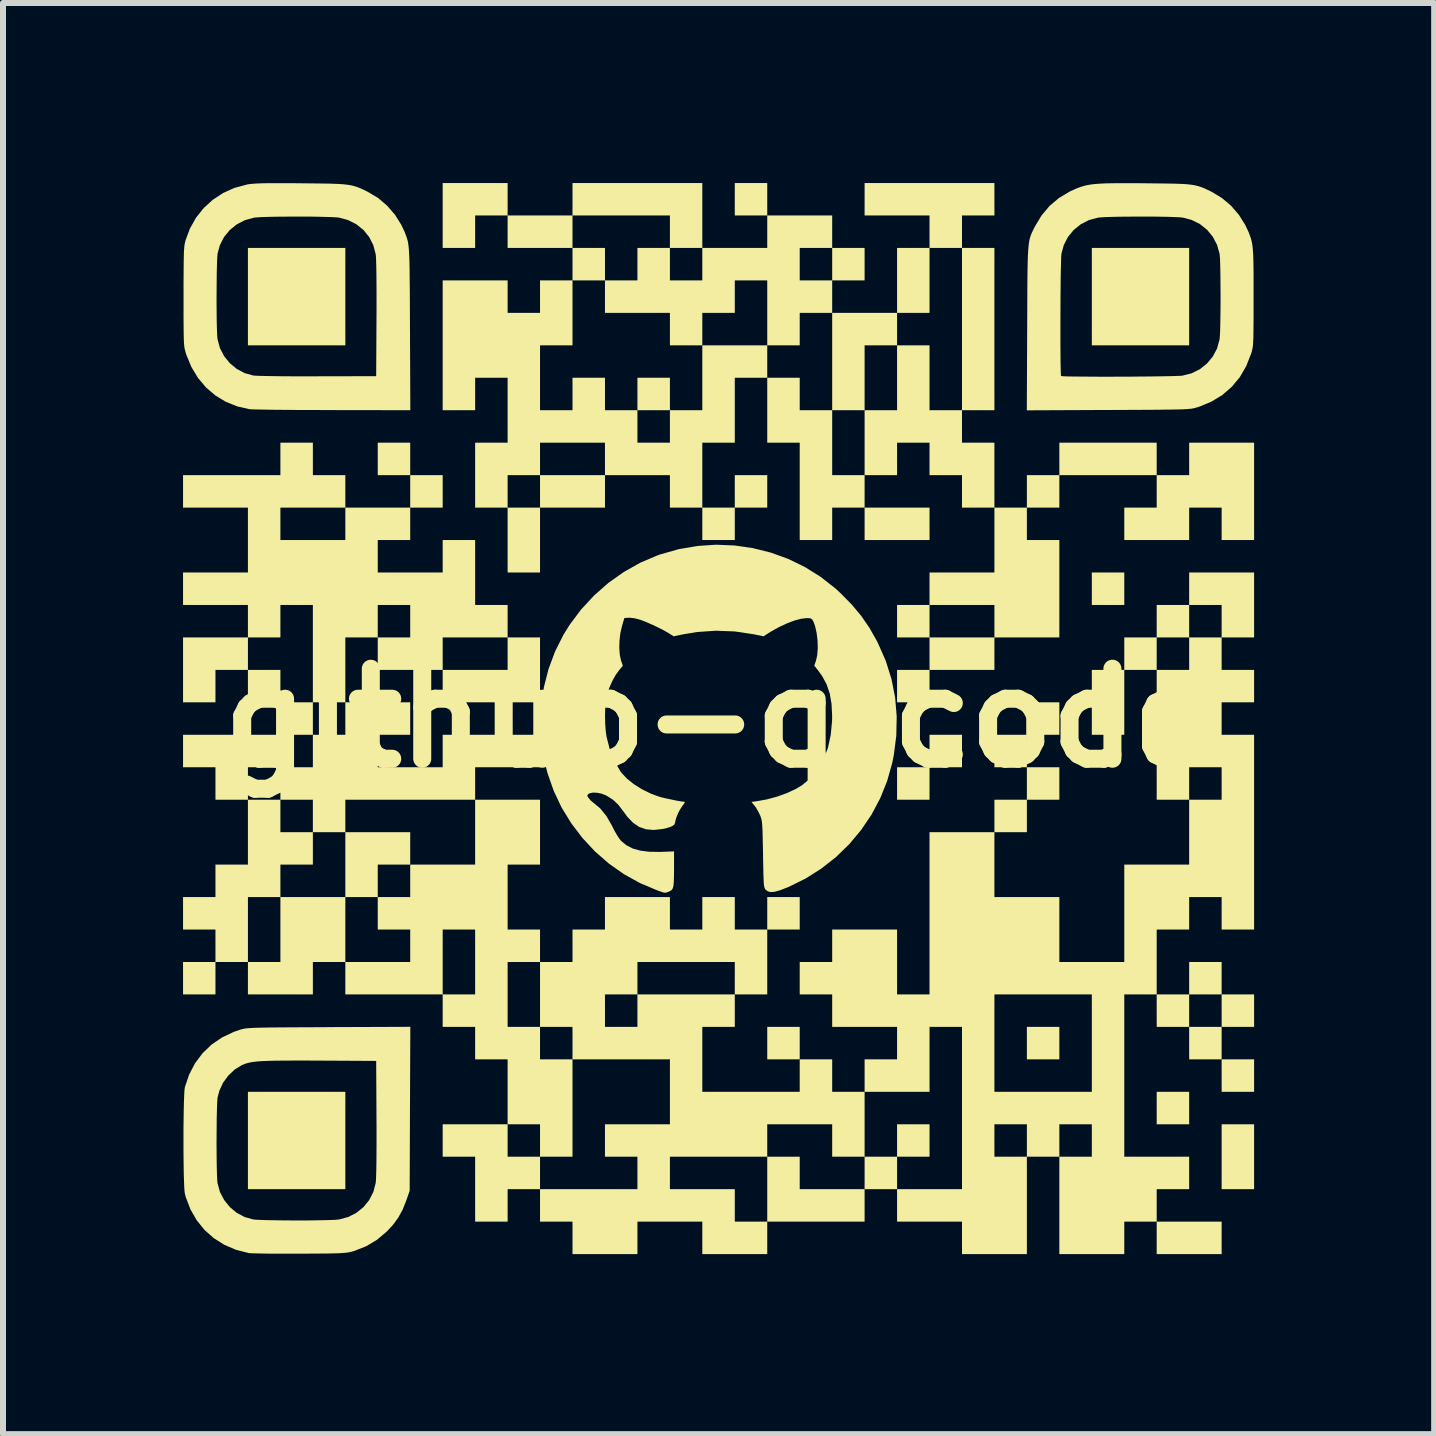
<source format=kicad_pcb>
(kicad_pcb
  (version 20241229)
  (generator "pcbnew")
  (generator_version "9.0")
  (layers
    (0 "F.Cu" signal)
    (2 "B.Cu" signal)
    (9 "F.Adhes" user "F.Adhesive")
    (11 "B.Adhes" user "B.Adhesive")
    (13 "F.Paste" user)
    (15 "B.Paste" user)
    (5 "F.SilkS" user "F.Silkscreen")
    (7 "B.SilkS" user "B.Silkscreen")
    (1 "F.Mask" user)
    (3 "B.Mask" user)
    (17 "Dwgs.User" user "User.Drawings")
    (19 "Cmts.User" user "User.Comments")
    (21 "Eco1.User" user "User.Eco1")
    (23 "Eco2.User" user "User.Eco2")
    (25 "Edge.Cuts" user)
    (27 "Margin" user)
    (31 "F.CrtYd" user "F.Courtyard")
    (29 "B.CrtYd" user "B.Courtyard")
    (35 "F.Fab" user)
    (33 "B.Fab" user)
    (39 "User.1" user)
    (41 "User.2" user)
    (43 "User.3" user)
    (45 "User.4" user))
  (footprint "github-qrcode"
    (layer "F.Cu")
    (at 8.914 8.914)
    (property "Reference" "github-qrcode" (at 0 0 0) (layer "F.SilkS") (effects (font (size 1.5 1.5) (thickness 0.3))))
    (attr board_only exclude_from_pos_files exclude_from_bom)
    (fp_poly (pts (xy -6.21 -7.022) (xy -6.21 -6.21) (xy -7.022 -6.21) (xy -7.833 -6.21) (xy -7.833 -7.022) (xy -7.833 -7.833) (xy -7.022 -7.833) (xy -6.21 -7.833)) (stroke (width 0) (type solid)) (fill yes) (layer "F.SilkS"))
    (fp_poly (pts (xy -6.21 7.039) (xy -6.21 7.85) (xy -7.022 7.85) (xy -7.833 7.85) (xy -7.833 7.039) (xy -7.833 6.228) (xy -7.022 6.228) (xy -6.21 6.228)) (stroke (width 0) (type solid)) (fill yes) (layer "F.SilkS"))
    (fp_poly (pts (xy -5.129 -4.318) (xy -5.129 -4.047) (xy -5.399 -4.047) (xy -5.67 -4.047) (xy -5.67 -4.318) (xy -5.67 -4.588) (xy -5.399 -4.588) (xy -5.129 -4.588)) (stroke (width 0) (type solid)) (fill yes) (layer "F.SilkS"))
    (fp_poly (pts (xy -0.802 -5.399) (xy -0.802 -5.129) (xy -1.073 -5.129) (xy -1.343 -5.129) (xy -1.343 -5.399) (xy -1.343 -5.67) (xy -1.073 -5.67) (xy -0.802 -5.67)) (stroke (width 0) (type solid)) (fill yes) (layer "F.SilkS"))
    (fp_poly (pts (xy 0.82 -8.644) (xy 0.82 -8.374) (xy 0.55 -8.374) (xy 0.279 -8.374) (xy 0.279 -8.644) (xy 0.279 -8.914) (xy 0.55 -8.914) (xy 0.82 -8.914)) (stroke (width 0) (type solid)) (fill yes) (layer "F.SilkS"))
    (fp_poly (pts (xy 1.361 5.417) (xy 1.361 5.687) (xy 1.09 5.687) (xy 0.82 5.687) (xy 0.82 5.417) (xy 0.82 5.146) (xy 1.09 5.146) (xy 1.361 5.146)) (stroke (width 0) (type solid)) (fill yes) (layer "F.SilkS"))
    (fp_poly (pts (xy 3.524 -3.236) (xy 3.524 -2.966) (xy 2.983 -2.966) (xy 2.442 -2.966) (xy 2.442 -3.236) (xy 2.442 -3.506) (xy 2.983 -3.506) (xy 3.524 -3.506)) (stroke (width 0) (type solid)) (fill yes) (layer "F.SilkS"))
    (fp_poly (pts (xy 3.524 7.039) (xy 3.524 7.309) (xy 3.254 7.309) (xy 2.983 7.309) (xy 2.983 7.039) (xy 2.983 6.769) (xy 3.254 6.769) (xy 3.524 6.769)) (stroke (width 0) (type solid)) (fill yes) (layer "F.SilkS"))
    (fp_poly (pts (xy 5.687 5.417) (xy 5.687 5.687) (xy 5.417 5.687) (xy 5.146 5.687) (xy 5.146 5.417) (xy 5.146 5.146) (xy 5.417 5.146) (xy 5.687 5.146)) (stroke (width 0) (type solid)) (fill yes) (layer "F.SilkS"))
    (fp_poly (pts (xy 6.769 -2.154) (xy 6.769 -1.884) (xy 6.498 -1.884) (xy 6.228 -1.884) (xy 6.228 -2.154) (xy 6.228 -2.425) (xy 6.498 -2.425) (xy 6.769 -2.425)) (stroke (width 0) (type solid)) (fill yes) (layer "F.SilkS"))
    (fp_poly (pts (xy 7.85 -7.022) (xy 7.85 -6.21) (xy 7.039 -6.21) (xy 6.228 -6.21) (xy 6.228 -7.022) (xy 6.228 -7.833) (xy 7.039 -7.833) (xy 7.85 -7.833)) (stroke (width 0) (type solid)) (fill yes) (layer "F.SilkS"))
    (fp_poly (pts (xy 7.85 6.498) (xy 7.85 6.769) (xy 7.58 6.769) (xy 7.309 6.769) (xy 7.309 6.498) (xy 7.309 6.228) (xy 7.58 6.228) (xy 7.85 6.228)) (stroke (width 0) (type solid)) (fill yes) (layer "F.SilkS"))
    (fp_poly (pts (xy 8.391 8.661) (xy 8.391 8.932) (xy 7.85 8.932) (xy 7.309 8.932) (xy 7.309 8.661) (xy 7.309 8.391) (xy 7.85 8.391) (xy 8.391 8.391)) (stroke (width 0) (type solid)) (fill yes) (layer "F.SilkS"))
    (fp_poly (pts (xy 8.932 5.957) (xy 8.932 6.228) (xy 8.661 6.228) (xy 8.391 6.228) (xy 8.391 5.957) (xy 8.391 5.687) (xy 8.661 5.687) (xy 8.932 5.687)) (stroke (width 0) (type solid)) (fill yes) (layer "F.SilkS"))
    (fp_poly (pts (xy 8.932 7.309) (xy 8.932 7.85) (xy 8.661 7.85) (xy 8.391 7.85) (xy 8.391 7.309) (xy 8.391 6.769) (xy 8.661 6.769) (xy 8.932 6.769)) (stroke (width 0) (type solid)) (fill yes) (layer "F.SilkS"))
    (fp_poly (pts (xy -5.129 2.172) (xy -5.129 2.442) (xy -5.399 2.442) (xy -5.67 2.442) (xy -5.67 2.713) (xy -5.67 2.983) (xy -5.94 2.983) (xy -6.21 2.983) (xy -6.21 2.442) (xy -6.21 1.902) (xy -5.67 1.902) (xy -5.129 1.902)) (stroke (width 0) (type solid)) (fill yes) (layer "F.SilkS"))
    (fp_poly (pts (xy 4.065 0.55) (xy 4.065 0.82) (xy 3.794 0.82) (xy 3.524 0.82) (xy 3.524 1.09) (xy 3.524 1.361) (xy 3.254 1.361) (xy 2.983 1.361) (xy 2.983 1.09) (xy 2.983 0.82) (xy 3.254 0.82) (xy 3.524 0.82) (xy 3.524 0.55) (xy 3.524 0.279) (xy 3.794 0.279) (xy 4.065 0.279)) (stroke (width 0) (type solid)) (fill yes) (layer "F.SilkS"))
    (fp_poly (pts (xy 5.687 0.009) (xy 5.687 0.279) (xy 5.417 0.279) (xy 5.146 0.279) (xy 5.146 0.55) (xy 5.146 0.82) (xy 4.876 0.82) (xy 4.605 0.82) (xy 4.605 0.55) (xy 4.605 0.279) (xy 4.876 0.279) (xy 5.146 0.279) (xy 5.146 0.009) (xy 5.146 -0.262) (xy 5.417 -0.262) (xy 5.687 -0.262)) (stroke (width 0) (type solid)) (fill yes) (layer "F.SilkS"))
    (fp_poly (pts (xy -1.884 -7.562) (xy -1.884 -7.292) (xy -2.154 -7.292) (xy -2.425 -7.292) (xy -2.425 -6.751) (xy -2.425 -6.21) (xy -2.695 -6.21) (xy -2.966 -6.21) (xy -2.966 -5.67) (xy -2.966 -5.129) (xy -2.695 -5.129) (xy -2.425 -5.129) (xy -2.425 -5.399) (xy -2.425 -5.67) (xy -2.154 -5.67) (xy -1.884 -5.67) (xy -1.884 -5.399) (xy -1.884 -5.129) (xy -1.614 -5.129) (xy -1.343 -5.129) (xy -1.343 -4.858) (xy -1.343 -4.588) (xy -1.073 -4.588) (xy -0.802 -4.588) (xy -0.802 -4.858) (xy -0.802 -5.129) (xy -0.532 -5.129) (xy -0.262 -5.129) (xy -0.262 -5.67) (xy -0.262 -6.21) (xy 0.279 -6.21) (xy 0.82 -6.21) (xy 0.82 -5.94) (xy 0.82 -5.67) (xy 0.55 -5.67) (xy 0.279 -5.67) (xy 0.279 -5.129) (xy 0.279 -4.588) (xy 0.009 -4.588) (xy -0.262 -4.588) (xy -0.262 -4.047) (xy -0.262 -3.506) (xy 0.009 -3.506) (xy 0.279 -3.506) (xy 0.279 -3.777) (xy 0.279 -4.047) (xy 0.55 -4.047) (xy 0.82 -4.047) (xy 0.82 -3.777) (xy 0.82 -3.506) (xy 0.55 -3.506) (xy 0.279 -3.506) (xy 0.279 -3.236) (xy 0.279 -2.966) (xy 0.009 -2.966) (xy -0.262 -2.966) (xy -0.262 -3.236) (xy -0.262 -3.506) (xy -0.532 -3.506) (xy -0.802 -3.506) (xy -0.802 -3.777) (xy -0.802 -4.047) (xy -1.343 -4.047) (xy -1.884 -4.047) (xy -1.884 -3.777) (xy -1.884 -3.506) (xy -2.425 -3.506) (xy -2.966 -3.506) (xy -2.966 -2.966) (xy -2.966 -2.425) (xy -3.236 -2.425) (xy -3.506 -2.425) (xy -3.506 -2.966) (xy -3.506 -3.506) (xy -3.236 -3.506) (xy -2.966 -3.506) (xy -2.966 -3.777) (xy -2.966 -4.047) (xy -2.425 -4.047) (xy -1.884 -4.047) (xy -1.884 -4.318) (xy -1.884 -4.588) (xy -2.425 -4.588) (xy -2.966 -4.588) (xy -2.966 -4.318) (xy -2.966 -4.047) (xy -3.236 -4.047) (xy -3.506 -4.047) (xy -3.506 -3.777) (xy -3.506 -3.506) (xy -3.777 -3.506) (xy -4.047 -3.506) (xy -4.047 -4.047) (xy -4.047 -4.588) (xy -3.777 -4.588) (xy -3.506 -4.588) (xy -3.506 -5.129) (xy -3.506 -5.67) (xy -3.777 -5.67) (xy -4.047 -5.67) (xy -4.047 -5.399) (xy -4.047 -5.129) (xy -4.318 -5.129) (xy -4.588 -5.129) (xy -4.588 -6.21) (xy -4.588 -7.292) (xy -4.047 -7.292) (xy -3.506 -7.292) (xy -3.506 -7.022) (xy -3.506 -6.751) (xy -3.236 -6.751) (xy -2.966 -6.751) (xy -2.966 -7.022) (xy -2.966 -7.292) (xy -2.695 -7.292) (xy -2.425 -7.292) (xy -2.425 -7.562) (xy -2.425 -7.833) (xy -2.154 -7.833) (xy -1.884 -7.833)) (stroke (width 0) (type solid)) (fill yes) (layer "F.SilkS"))
    (fp_poly (pts (xy -3.506 -8.644) (xy -3.506 -8.374) (xy -2.966 -8.374) (xy -2.425 -8.374) (xy -2.425 -8.644) (xy -2.425 -8.914) (xy -1.343 -8.914) (xy -0.262 -8.914) (xy -0.262 -8.374) (xy -0.262 -7.833) (xy 0.279 -7.833) (xy 0.82 -7.833) (xy 0.82 -8.103) (xy 0.82 -8.374) (xy 1.361 -8.374) (xy 1.902 -8.374) (xy 1.902 -8.103) (xy 1.902 -7.833) (xy 1.631 -7.833) (xy 1.361 -7.833) (xy 1.361 -7.562) (xy 1.361 -7.292) (xy 1.631 -7.292) (xy 1.902 -7.292) (xy 1.902 -7.562) (xy 1.902 -7.833) (xy 2.172 -7.833) (xy 2.442 -7.833) (xy 2.442 -7.562) (xy 2.442 -7.292) (xy 2.172 -7.292) (xy 1.902 -7.292) (xy 1.902 -7.022) (xy 1.902 -6.751) (xy 2.442 -6.751) (xy 2.983 -6.751) (xy 2.983 -7.292) (xy 2.983 -7.833) (xy 3.254 -7.833) (xy 3.524 -7.833) (xy 3.524 -8.103) (xy 3.524 -8.374) (xy 2.983 -8.374) (xy 2.442 -8.374) (xy 2.442 -8.644) (xy 2.442 -8.914) (xy 3.524 -8.914) (xy 4.605 -8.914) (xy 4.605 -8.644) (xy 4.605 -8.374) (xy 4.335 -8.374) (xy 4.065 -8.374) (xy 4.065 -8.103) (xy 4.065 -7.833) (xy 3.794 -7.833) (xy 3.524 -7.833) (xy 3.524 -7.292) (xy 3.524 -6.751) (xy 3.254 -6.751) (xy 2.983 -6.751) (xy 2.983 -6.481) (xy 2.983 -6.21) (xy 2.713 -6.21) (xy 2.442 -6.21) (xy 2.442 -5.67) (xy 2.442 -5.129) (xy 2.172 -5.129) (xy 1.902 -5.129) (xy 1.902 -5.94) (xy 1.902 -6.751) (xy 1.631 -6.751) (xy 1.361 -6.751) (xy 1.361 -6.481) (xy 1.361 -6.21) (xy 1.09 -6.21) (xy 0.82 -6.21) (xy 0.82 -6.751) (xy 0.82 -7.292) (xy 0.55 -7.292) (xy 0.279 -7.292) (xy 0.279 -7.022) (xy 0.279 -6.751) (xy 0.009 -6.751) (xy -0.262 -6.751) (xy -0.262 -6.481) (xy -0.262 -6.21) (xy -0.532 -6.21) (xy -0.802 -6.21) (xy -0.802 -6.481) (xy -0.802 -6.751) (xy -1.343 -6.751) (xy -1.884 -6.751) (xy -1.884 -7.022) (xy -1.884 -7.292) (xy -1.614 -7.292) (xy -1.343 -7.292) (xy -1.343 -7.562) (xy -1.343 -7.833) (xy -1.073 -7.833) (xy -0.802 -7.833) (xy -0.802 -7.562) (xy -0.802 -7.292) (xy -0.532 -7.292) (xy -0.262 -7.292) (xy -0.262 -7.562) (xy -0.262 -7.833) (xy -0.532 -7.833) (xy -0.802 -7.833) (xy -0.802 -8.103) (xy -0.802 -8.374) (xy -1.614 -8.374) (xy -2.425 -8.374) (xy -2.425 -8.103) (xy -2.425 -7.833) (xy -2.966 -7.833) (xy -3.506 -7.833) (xy -3.506 -8.103) (xy -3.506 -8.374) (xy -3.777 -8.374) (xy -4.047 -8.374) (xy -4.047 -8.103) (xy -4.047 -7.833) (xy -4.318 -7.833) (xy -4.588 -7.833) (xy -4.588 -8.374) (xy -4.588 -8.914) (xy -4.047 -8.914) (xy -3.506 -8.914)) (stroke (width 0) (type solid)) (fill yes) (layer "F.SilkS"))
    (fp_poly (pts (xy 4.605 -6.481) (xy 4.605 -5.129) (xy 4.335 -5.129) (xy 4.065 -5.129) (xy 4.065 -4.858) (xy 4.065 -4.588) (xy 4.335 -4.588) (xy 4.605 -4.588) (xy 4.605 -4.047) (xy 4.605 -3.506) (xy 4.876 -3.506) (xy 5.146 -3.506) (xy 5.146 -3.777) (xy 5.146 -4.047) (xy 5.417 -4.047) (xy 5.687 -4.047) (xy 5.687 -4.318) (xy 5.687 -4.588) (xy 6.498 -4.588) (xy 7.309 -4.588) (xy 7.309 -4.318) (xy 7.309 -4.047) (xy 7.58 -4.047) (xy 7.85 -4.047) (xy 7.85 -4.318) (xy 7.85 -4.588) (xy 8.391 -4.588) (xy 8.932 -4.588) (xy 8.932 -3.777) (xy 8.932 -2.966) (xy 8.661 -2.966) (xy 8.391 -2.966) (xy 8.391 -3.236) (xy 8.391 -3.506) (xy 8.121 -3.506) (xy 7.85 -3.506) (xy 7.85 -3.236) (xy 7.85 -2.966) (xy 7.309 -2.966) (xy 6.769 -2.966) (xy 6.769 -3.236) (xy 6.769 -3.506) (xy 7.039 -3.506) (xy 7.309 -3.506) (xy 7.309 -3.777) (xy 7.309 -4.047) (xy 6.498 -4.047) (xy 5.687 -4.047) (xy 5.687 -3.777) (xy 5.687 -3.506) (xy 5.417 -3.506) (xy 5.146 -3.506) (xy 5.146 -3.236) (xy 5.146 -2.966) (xy 5.417 -2.966) (xy 5.687 -2.966) (xy 5.687 -2.154) (xy 5.687 -1.343) (xy 5.146 -1.343) (xy 4.605 -1.343) (xy 4.605 -1.073) (xy 4.605 -0.802) (xy 4.065 -0.802) (xy 3.524 -0.802) (xy 3.524 -0.532) (xy 3.524 -0.262) (xy 3.254 -0.262) (xy 2.983 -0.262) (xy 2.983 -0.532) (xy 2.983 -0.802) (xy 3.254 -0.802) (xy 3.524 -0.802) (xy 3.524 -1.073) (xy 3.524 -1.343) (xy 3.254 -1.343) (xy 2.983 -1.343) (xy 2.983 -1.614) (xy 2.983 -1.884) (xy 3.254 -1.884) (xy 3.524 -1.884) (xy 3.524 -1.614) (xy 3.524 -1.343) (xy 4.065 -1.343) (xy 4.605 -1.343) (xy 4.605 -1.614) (xy 4.605 -1.884) (xy 4.065 -1.884) (xy 3.524 -1.884) (xy 3.524 -2.154) (xy 3.524 -2.425) (xy 4.065 -2.425) (xy 4.605 -2.425) (xy 4.605 -2.966) (xy 4.605 -3.506) (xy 4.335 -3.506) (xy 4.065 -3.506) (xy 4.065 -3.777) (xy 4.065 -4.047) (xy 3.794 -4.047) (xy 3.524 -4.047) (xy 3.524 -4.318) (xy 3.524 -4.588) (xy 3.254 -4.588) (xy 2.983 -4.588) (xy 2.983 -4.318) (xy 2.983 -4.047) (xy 2.713 -4.047) (xy 2.442 -4.047) (xy 2.442 -3.777) (xy 2.442 -3.506) (xy 2.172 -3.506) (xy 1.902 -3.506) (xy 1.902 -3.236) (xy 1.902 -2.966) (xy 1.631 -2.966) (xy 1.361 -2.966) (xy 1.361 -3.777) (xy 1.361 -4.588) (xy 1.09 -4.588) (xy 0.82 -4.588) (xy 0.82 -5.129) (xy 0.82 -5.67) (xy 1.09 -5.67) (xy 1.361 -5.67) (xy 1.361 -5.399) (xy 1.361 -5.129) (xy 1.631 -5.129) (xy 1.902 -5.129) (xy 1.902 -4.588) (xy 1.902 -4.047) (xy 2.172 -4.047) (xy 2.442 -4.047) (xy 2.442 -4.588) (xy 2.442 -5.129) (xy 2.713 -5.129) (xy 2.983 -5.129) (xy 2.983 -5.67) (xy 2.983 -6.21) (xy 3.254 -6.21) (xy 3.524 -6.21) (xy 3.524 -5.67) (xy 3.524 -5.129) (xy 3.794 -5.129) (xy 4.065 -5.129) (xy 4.065 -6.481) (xy 4.065 -7.833) (xy 4.335 -7.833) (xy 4.605 -7.833)) (stroke (width 0) (type solid)) (fill yes) (layer "F.SilkS"))
    (fp_poly (pts (xy -5.133 6.511) (xy -5.138 7.876) (xy -5.193 8.034) (xy -5.255 8.191) (xy -5.328 8.324) (xy -5.416 8.445) (xy -5.521 8.557) (xy -5.681 8.692) (xy -5.856 8.798) (xy -6.05 8.875) (xy -6.071 8.882) (xy -6.103 8.891) (xy -6.135 8.899) (xy -6.169 8.905) (xy -6.209 8.91) (xy -6.259 8.914) (xy -6.322 8.918) (xy -6.402 8.92) (xy -6.502 8.922) (xy -6.626 8.923) (xy -6.778 8.924) (xy -6.961 8.925) (xy -6.969 8.925) (xy -7.133 8.925) (xy -7.288 8.925) (xy -7.431 8.925) (xy -7.558 8.923) (xy -7.665 8.921) (xy -7.747 8.919) (xy -7.801 8.916) (xy -7.818 8.915) (xy -8.032 8.86) (xy -8.227 8.777) (xy -8.402 8.666) (xy -8.556 8.53) (xy -8.686 8.369) (xy -8.791 8.186) (xy -8.869 7.982) (xy -8.883 7.929) (xy -8.889 7.888) (xy -8.894 7.817) (xy -8.898 7.72) (xy -8.902 7.601) (xy -8.904 7.466) (xy -8.906 7.318) (xy -8.907 7.162) (xy -8.907 7.09) (xy -8.356 7.09) (xy -8.355 7.234) (xy -8.354 7.371) (xy -8.352 7.495) (xy -8.349 7.602) (xy -8.345 7.686) (xy -8.341 7.741) (xy -8.339 7.751) (xy -8.299 7.898) (xy -8.229 8.031) (xy -8.135 8.148) (xy -8.02 8.244) (xy -7.889 8.314) (xy -7.746 8.354) (xy -7.746 8.354) (xy -7.698 8.359) (xy -7.621 8.363) (xy -7.519 8.366) (xy -7.398 8.368) (xy -7.264 8.37) (xy -7.121 8.371) (xy -6.975 8.371) (xy -6.83 8.371) (xy -6.693 8.369) (xy -6.569 8.367) (xy -6.462 8.364) (xy -6.379 8.361) (xy -6.324 8.356) (xy -6.315 8.355) (xy -6.162 8.314) (xy -6.025 8.244) (xy -5.907 8.148) (xy -5.812 8.031) (xy -5.743 7.895) (xy -5.704 7.745) (xy -5.7 7.703) (xy -5.697 7.628) (xy -5.694 7.524) (xy -5.692 7.393) (xy -5.691 7.238) (xy -5.69 7.062) (xy -5.69 6.868) (xy -5.691 6.673) (xy -5.696 5.713) (xy -6.629 5.708) (xy -6.86 5.707) (xy -7.059 5.707) (xy -7.229 5.708) (xy -7.372 5.709) (xy -7.493 5.712) (xy -7.593 5.716) (xy -7.676 5.722) (xy -7.744 5.73) (xy -7.8 5.739) (xy -7.848 5.751) (xy -7.889 5.764) (xy -7.928 5.781) (xy -7.932 5.782) (xy -8.053 5.856) (xy -8.159 5.956) (xy -8.247 6.076) (xy -8.309 6.21) (xy -8.339 6.324) (xy -8.343 6.371) (xy -8.347 6.447) (xy -8.35 6.548) (xy -8.353 6.668) (xy -8.354 6.802) (xy -8.355 6.944) (xy -8.356 7.09) (xy -8.907 7.09) (xy -8.907 7.003) (xy -8.907 6.845) (xy -8.905 6.692) (xy -8.903 6.549) (xy -8.9 6.421) (xy -8.896 6.312) (xy -8.892 6.226) (xy -8.887 6.168) (xy -8.883 6.149) (xy -8.813 5.941) (xy -8.714 5.752) (xy -8.589 5.585) (xy -8.439 5.441) (xy -8.264 5.322) (xy -8.068 5.229) (xy -7.97 5.195) (xy -7.946 5.188) (xy -7.922 5.182) (xy -7.897 5.176) (xy -7.867 5.172) (xy -7.83 5.168) (xy -7.784 5.165) (xy -7.726 5.162) (xy -7.654 5.16) (xy -7.564 5.158) (xy -7.456 5.156) (xy -7.325 5.155) (xy -7.17 5.154) (xy -6.988 5.153) (xy -6.776 5.152) (xy -6.533 5.151) (xy -6.484 5.15) (xy -5.127 5.145)) (stroke (width 0) (type solid)) (fill yes) (layer "F.SilkS"))
    (fp_poly (pts (xy -7.215 -8.912) (xy -7.034 -8.911) (xy -6.946 -8.91) (xy -6.754 -8.908) (xy -6.593 -8.906) (xy -6.459 -8.904) (xy -6.349 -8.9) (xy -6.257 -8.895) (xy -6.182 -8.887) (xy -6.117 -8.877) (xy -6.061 -8.863) (xy -6.008 -8.846) (xy -5.956 -8.825) (xy -5.899 -8.799) (xy -5.835 -8.767) (xy -5.831 -8.765) (xy -5.664 -8.665) (xy -5.513 -8.536) (xy -5.382 -8.385) (xy -5.276 -8.215) (xy -5.22 -8.095) (xy -5.206 -8.057) (xy -5.193 -8.023) (xy -5.182 -7.99) (xy -5.172 -7.955) (xy -5.164 -7.917) (xy -5.158 -7.872) (xy -5.152 -7.817) (xy -5.148 -7.751) (xy -5.144 -7.671) (xy -5.141 -7.574) (xy -5.139 -7.457) (xy -5.138 -7.318) (xy -5.136 -7.154) (xy -5.135 -6.964) (xy -5.134 -6.743) (xy -5.133 -6.494) (xy -5.127 -5.129) (xy -6.423 -5.131) (xy -6.635 -5.132) (xy -6.839 -5.132) (xy -7.031 -5.133) (xy -7.209 -5.135) (xy -7.369 -5.136) (xy -7.509 -5.138) (xy -7.626 -5.14) (xy -7.717 -5.142) (xy -7.778 -5.144) (xy -7.807 -5.146) (xy -8.013 -5.193) (xy -8.205 -5.271) (xy -8.379 -5.377) (xy -8.533 -5.51) (xy -8.666 -5.668) (xy -8.775 -5.849) (xy -8.858 -6.05) (xy -8.865 -6.071) (xy -8.874 -6.102) (xy -8.882 -6.131) (xy -8.889 -6.162) (xy -8.894 -6.198) (xy -8.898 -6.243) (xy -8.901 -6.299) (xy -8.903 -6.371) (xy -8.904 -6.461) (xy -8.905 -6.573) (xy -8.906 -6.711) (xy -8.906 -6.878) (xy -8.906 -6.971) (xy -8.356 -6.971) (xy -8.355 -6.827) (xy -8.354 -6.69) (xy -8.352 -6.566) (xy -8.349 -6.459) (xy -8.345 -6.375) (xy -8.341 -6.319) (xy -8.339 -6.31) (xy -8.299 -6.163) (xy -8.229 -6.029) (xy -8.135 -5.913) (xy -8.021 -5.818) (xy -7.89 -5.748) (xy -7.747 -5.708) (xy -7.737 -5.706) (xy -7.7 -5.704) (xy -7.632 -5.701) (xy -7.536 -5.699) (xy -7.415 -5.697) (xy -7.275 -5.695) (xy -7.117 -5.694) (xy -6.947 -5.693) (xy -6.766 -5.693) (xy -6.664 -5.694) (xy -5.696 -5.696) (xy -5.691 -6.655) (xy -5.69 -6.865) (xy -5.69 -7.058) (xy -5.691 -7.233) (xy -5.692 -7.386) (xy -5.694 -7.515) (xy -5.697 -7.617) (xy -5.7 -7.689) (xy -5.704 -7.727) (xy -5.744 -7.879) (xy -5.813 -8.015) (xy -5.908 -8.132) (xy -6.026 -8.227) (xy -6.164 -8.297) (xy -6.315 -8.338) (xy -6.366 -8.343) (xy -6.446 -8.347) (xy -6.551 -8.35) (xy -6.674 -8.353) (xy -6.81 -8.355) (xy -6.954 -8.355) (xy -7.101 -8.355) (xy -7.245 -8.354) (xy -7.38 -8.353) (xy -7.502 -8.35) (xy -7.605 -8.347) (xy -7.683 -8.342) (xy -7.728 -8.338) (xy -7.88 -8.297) (xy -8.017 -8.227) (xy -8.135 -8.132) (xy -8.231 -8.015) (xy -8.3 -7.88) (xy -8.339 -7.737) (xy -8.343 -7.69) (xy -8.347 -7.613) (xy -8.35 -7.513) (xy -8.353 -7.393) (xy -8.354 -7.259) (xy -8.355 -7.116) (xy -8.356 -6.971) (xy -8.906 -6.971) (xy -8.906 -7.022) (xy -8.906 -7.215) (xy -8.905 -7.376) (xy -8.904 -7.51) (xy -8.903 -7.618) (xy -8.901 -7.705) (xy -8.899 -7.774) (xy -8.895 -7.829) (xy -8.891 -7.872) (xy -8.885 -7.907) (xy -8.878 -7.937) (xy -8.874 -7.955) (xy -8.8 -8.155) (xy -8.698 -8.336) (xy -8.57 -8.497) (xy -8.419 -8.635) (xy -8.247 -8.748) (xy -8.058 -8.833) (xy -7.854 -8.888) (xy -7.837 -8.892) (xy -7.792 -8.898) (xy -7.738 -8.903) (xy -7.672 -8.907) (xy -7.59 -8.91) (xy -7.489 -8.912) (xy -7.365 -8.912)) (stroke (width 0) (type solid)) (fill yes) (layer "F.SilkS"))
    (fp_poly (pts (xy 6.929 -8.912) (xy 7.115 -8.91) (xy 7.307 -8.908) (xy 7.468 -8.906) (xy 7.601 -8.904) (xy 7.712 -8.9) (xy 7.803 -8.895) (xy 7.879 -8.887) (xy 7.943 -8.877) (xy 8 -8.863) (xy 8.052 -8.846) (xy 8.105 -8.825) (xy 8.161 -8.799) (xy 8.226 -8.767) (xy 8.23 -8.765) (xy 8.397 -8.664) (xy 8.548 -8.536) (xy 8.679 -8.384) (xy 8.786 -8.213) (xy 8.841 -8.095) (xy 8.859 -8.046) (xy 8.875 -8.002) (xy 8.888 -7.958) (xy 8.898 -7.911) (xy 8.906 -7.858) (xy 8.912 -7.794) (xy 8.917 -7.717) (xy 8.92 -7.622) (xy 8.922 -7.506) (xy 8.923 -7.366) (xy 8.923 -7.198) (xy 8.923 -7.013) (xy 8.923 -6.824) (xy 8.923 -6.666) (xy 8.922 -6.536) (xy 8.921 -6.43) (xy 8.92 -6.346) (xy 8.917 -6.28) (xy 8.914 -6.227) (xy 8.91 -6.186) (xy 8.904 -6.152) (xy 8.897 -6.122) (xy 8.889 -6.092) (xy 8.882 -6.071) (xy 8.801 -5.864) (xy 8.693 -5.679) (xy 8.56 -5.519) (xy 8.402 -5.382) (xy 8.221 -5.272) (xy 8.019 -5.188) (xy 7.987 -5.178) (xy 7.963 -5.171) (xy 7.939 -5.165) (xy 7.914 -5.159) (xy 7.884 -5.154) (xy 7.847 -5.151) (xy 7.801 -5.147) (xy 7.743 -5.144) (xy 7.67 -5.142) (xy 7.58 -5.14) (xy 7.471 -5.139) (xy 7.34 -5.137) (xy 7.184 -5.136) (xy 7.002 -5.135) (xy 6.79 -5.134) (xy 6.546 -5.133) (xy 6.502 -5.133) (xy 5.145 -5.127) (xy 5.151 -6.493) (xy 5.151 -6.518) (xy 5.705 -6.518) (xy 5.705 -6.36) (xy 5.705 -6.21) (xy 5.706 -6.072) (xy 5.707 -5.95) (xy 5.709 -5.848) (xy 5.711 -5.77) (xy 5.713 -5.719) (xy 5.716 -5.699) (xy 5.716 -5.699) (xy 5.736 -5.696) (xy 5.787 -5.693) (xy 5.866 -5.691) (xy 5.967 -5.69) (xy 6.089 -5.689) (xy 6.227 -5.688) (xy 6.376 -5.687) (xy 6.534 -5.687) (xy 6.697 -5.688) (xy 6.86 -5.688) (xy 7.021 -5.69) (xy 7.174 -5.691) (xy 7.317 -5.693) (xy 7.446 -5.695) (xy 7.556 -5.697) (xy 7.644 -5.7) (xy 7.707 -5.702) (xy 7.737 -5.705) (xy 7.889 -5.743) (xy 8.026 -5.811) (xy 8.145 -5.905) (xy 8.242 -6.021) (xy 8.314 -6.155) (xy 8.356 -6.306) (xy 8.357 -6.31) (xy 8.361 -6.356) (xy 8.365 -6.432) (xy 8.368 -6.532) (xy 8.37 -6.652) (xy 8.372 -6.785) (xy 8.373 -6.927) (xy 8.373 -7.073) (xy 8.372 -7.216) (xy 8.371 -7.353) (xy 8.369 -7.477) (xy 8.366 -7.584) (xy 8.363 -7.668) (xy 8.358 -7.723) (xy 8.357 -7.734) (xy 8.315 -7.884) (xy 8.244 -8.019) (xy 8.148 -8.136) (xy 8.029 -8.231) (xy 7.892 -8.299) (xy 7.746 -8.338) (xy 7.695 -8.343) (xy 7.614 -8.347) (xy 7.51 -8.351) (xy 7.387 -8.353) (xy 7.25 -8.355) (xy 7.106 -8.355) (xy 6.96 -8.355) (xy 6.816 -8.354) (xy 6.681 -8.353) (xy 6.559 -8.35) (xy 6.457 -8.347) (xy 6.378 -8.342) (xy 6.333 -8.338) (xy 6.18 -8.297) (xy 6.044 -8.227) (xy 5.926 -8.132) (xy 5.83 -8.015) (xy 5.761 -7.88) (xy 5.722 -7.737) (xy 5.719 -7.702) (xy 5.716 -7.637) (xy 5.714 -7.547) (xy 5.711 -7.435) (xy 5.709 -7.305) (xy 5.708 -7.161) (xy 5.706 -7.007) (xy 5.706 -6.845) (xy 5.705 -6.681) (xy 5.705 -6.518) (xy 5.151 -6.518) (xy 5.152 -6.751) (xy 5.153 -6.976) (xy 5.154 -7.172) (xy 5.155 -7.341) (xy 5.157 -7.484) (xy 5.16 -7.606) (xy 5.163 -7.708) (xy 5.168 -7.793) (xy 5.174 -7.863) (xy 5.181 -7.922) (xy 5.19 -7.971) (xy 5.201 -8.013) (xy 5.214 -8.051) (xy 5.229 -8.087) (xy 5.247 -8.124) (xy 5.267 -8.164) (xy 5.28 -8.19) (xy 5.391 -8.375) (xy 5.525 -8.534) (xy 5.683 -8.667) (xy 5.866 -8.776) (xy 5.969 -8.822) (xy 6.026 -8.844) (xy 6.082 -8.862) (xy 6.14 -8.877) (xy 6.205 -8.889) (xy 6.28 -8.898) (xy 6.368 -8.904) (xy 6.474 -8.909) (xy 6.6 -8.911) (xy 6.751 -8.912)) (stroke (width 0) (type solid)) (fill yes) (layer "F.SilkS"))
    (fp_poly (pts (xy 0.277 -2.875) (xy 0.582 -2.831) (xy 0.881 -2.756) (xy 1.171 -2.651) (xy 1.449 -2.515) (xy 1.713 -2.35) (xy 1.959 -2.156) (xy 2.048 -2.074) (xy 2.231 -1.887) (xy 2.387 -1.7) (xy 2.523 -1.503) (xy 2.645 -1.287) (xy 2.665 -1.247) (xy 2.795 -0.952) (xy 2.89 -0.649) (xy 2.951 -0.34) (xy 2.977 -0.025) (xy 2.97 0.296) (xy 2.928 0.621) (xy 2.902 0.749) (xy 2.818 1.048) (xy 2.703 1.335) (xy 2.558 1.608) (xy 2.385 1.864) (xy 2.187 2.101) (xy 1.965 2.317) (xy 1.72 2.509) (xy 1.456 2.676) (xy 1.174 2.815) (xy 1.141 2.828) (xy 1.032 2.87) (xy 0.947 2.894) (xy 0.883 2.9) (xy 0.835 2.89) (xy 0.798 2.865) (xy 0.787 2.853) (xy 0.779 2.839) (xy 0.772 2.82) (xy 0.766 2.791) (xy 0.762 2.749) (xy 0.759 2.689) (xy 0.756 2.609) (xy 0.754 2.504) (xy 0.751 2.37) (xy 0.75 2.272) (xy 0.747 2.117) (xy 0.744 1.993) (xy 0.742 1.895) (xy 0.738 1.819) (xy 0.734 1.761) (xy 0.729 1.717) (xy 0.722 1.683) (xy 0.713 1.653) (xy 0.703 1.625) (xy 0.702 1.624) (xy 0.67 1.557) (xy 0.631 1.491) (xy 0.611 1.464) (xy 0.558 1.398) (xy 0.641 1.387) (xy 0.813 1.356) (xy 0.986 1.309) (xy 1.151 1.249) (xy 1.298 1.181) (xy 1.4 1.119) (xy 1.544 1) (xy 1.664 0.855) (xy 1.76 0.686) (xy 1.832 0.494) (xy 1.878 0.28) (xy 1.9 0.045) (xy 1.901 -0.041) (xy 1.891 -0.237) (xy 1.861 -0.409) (xy 1.809 -0.562) (xy 1.733 -0.702) (xy 1.674 -0.784) (xy 1.604 -0.873) (xy 1.632 -0.955) (xy 1.653 -1.05) (xy 1.662 -1.166) (xy 1.658 -1.292) (xy 1.643 -1.417) (xy 1.618 -1.529) (xy 1.59 -1.605) (xy 1.57 -1.641) (xy 1.547 -1.659) (xy 1.51 -1.665) (xy 1.474 -1.665) (xy 1.383 -1.654) (xy 1.272 -1.624) (xy 1.148 -1.577) (xy 1.017 -1.516) (xy 0.887 -1.444) (xy 0.837 -1.413) (xy 0.758 -1.362) (xy 0.593 -1.396) (xy 0.279 -1.443) (xy -0.037 -1.455) (xy -0.353 -1.433) (xy -0.575 -1.396) (xy -0.74 -1.362) (xy -0.82 -1.413) (xy -0.893 -1.455) (xy -0.986 -1.503) (xy -1.089 -1.552) (xy -1.191 -1.597) (xy -1.281 -1.632) (xy -1.331 -1.648) (xy -1.398 -1.663) (xy -1.464 -1.671) (xy -1.495 -1.671) (xy -1.561 -1.666) (xy -1.602 -1.526) (xy -1.628 -1.413) (xy -1.642 -1.289) (xy -1.645 -1.165) (xy -1.637 -1.052) (xy -1.617 -0.96) (xy -1.615 -0.955) (xy -1.586 -0.871) (xy -1.646 -0.8) (xy -1.705 -0.719) (xy -1.762 -0.616) (xy -1.812 -0.503) (xy -1.85 -0.394) (xy -1.857 -0.366) (xy -1.872 -0.276) (xy -1.88 -0.161) (xy -1.883 -0.034) (xy -1.88 0.096) (xy -1.871 0.217) (xy -1.858 0.31) (xy -1.802 0.53) (xy -1.724 0.723) (xy -1.624 0.891) (xy -1.608 0.913) (xy -1.52 1.008) (xy -1.404 1.101) (xy -1.269 1.186) (xy -1.121 1.259) (xy -0.992 1.307) (xy -0.937 1.323) (xy -0.862 1.34) (xy -0.779 1.358) (xy -0.696 1.375) (xy -0.623 1.388) (xy -0.57 1.395) (xy -0.555 1.396) (xy -0.556 1.408) (xy -0.574 1.438) (xy -0.593 1.462) (xy -0.631 1.52) (xy -0.668 1.591) (xy -0.697 1.663) (xy -0.713 1.724) (xy -0.715 1.744) (xy -0.732 1.78) (xy -0.784 1.811) (xy -0.869 1.838) (xy -0.932 1.85) (xy -1.076 1.865) (xy -1.202 1.853) (xy -1.314 1.814) (xy -1.416 1.745) (xy -1.512 1.645) (xy -1.582 1.549) (xy -1.662 1.444) (xy -1.748 1.363) (xy -1.853 1.296) (xy -1.865 1.29) (xy -1.937 1.261) (xy -2.014 1.245) (xy -2.085 1.242) (xy -2.14 1.254) (xy -2.153 1.261) (xy -2.176 1.282) (xy -2.176 1.302) (xy -2.158 1.331) (xy -2.121 1.375) (xy -2.081 1.408) (xy -1.965 1.504) (xy -1.861 1.631) (xy -1.77 1.789) (xy -1.763 1.804) (xy -1.721 1.886) (xy -1.677 1.961) (xy -1.637 2.021) (xy -1.613 2.049) (xy -1.525 2.121) (xy -1.421 2.174) (xy -1.297 2.209) (xy -1.149 2.228) (xy -0.974 2.231) (xy -0.94 2.23) (xy -0.733 2.222) (xy -0.733 2.52) (xy -0.734 2.637) (xy -0.737 2.725) (xy -0.742 2.788) (xy -0.752 2.831) (xy -0.768 2.86) (xy -0.79 2.878) (xy -0.821 2.893) (xy -0.827 2.895) (xy -0.856 2.906) (xy -0.878 2.91) (xy -0.904 2.908) (xy -0.942 2.896) (xy -1.003 2.875) (xy -1.014 2.871) (xy -1.298 2.751) (xy -1.567 2.602) (xy -1.818 2.426) (xy -2.049 2.224) (xy -2.259 1.999) (xy -2.445 1.754) (xy -2.606 1.492) (xy -2.738 1.213) (xy -2.84 0.922) (xy -2.885 0.749) (xy -2.939 0.431) (xy -2.96 0.113) (xy -2.947 -0.203) (xy -2.902 -0.512) (xy -2.825 -0.814) (xy -2.717 -1.106) (xy -2.577 -1.385) (xy -2.473 -1.553) (xy -2.281 -1.809) (xy -2.065 -2.042) (xy -1.828 -2.251) (xy -1.571 -2.433) (xy -1.298 -2.587) (xy -1.01 -2.71) (xy -0.958 -2.728) (xy -0.653 -2.814) (xy -0.343 -2.867) (xy -0.033 -2.888)) (stroke (width 0) (type solid)) (fill yes) (layer "F.SilkS"))
    (fp_poly (pts (xy -6.751 -4.318) (xy -6.751 -4.047) (xy -6.481 -4.047) (xy -6.21 -4.047) (xy -6.21 -3.777) (xy -6.21 -3.506) (xy -5.67 -3.506) (xy -5.129 -3.506) (xy -5.129 -3.777) (xy -5.129 -4.047) (xy -4.858 -4.047) (xy -4.588 -4.047) (xy -4.588 -3.777) (xy -4.588 -3.506) (xy -4.858 -3.506) (xy -5.129 -3.506) (xy -5.129 -3.236) (xy -5.129 -2.966) (xy -5.399 -2.966) (xy -5.67 -2.966) (xy -5.67 -2.695) (xy -5.67 -2.425) (xy -5.129 -2.425) (xy -4.588 -2.425) (xy -4.588 -2.695) (xy -4.588 -2.966) (xy -4.318 -2.966) (xy -4.047 -2.966) (xy -4.047 -2.425) (xy -4.047 -1.884) (xy -3.777 -1.884) (xy -3.506 -1.884) (xy -3.506 -1.614) (xy -3.506 -1.343) (xy -4.047 -1.343) (xy -4.588 -1.343) (xy -4.588 -1.073) (xy -4.588 -0.802) (xy -4.047 -0.802) (xy -3.506 -0.802) (xy -3.506 -1.073) (xy -3.506 -1.343) (xy -3.236 -1.343) (xy -2.966 -1.343) (xy -2.966 -0.802) (xy -2.966 -0.262) (xy -3.777 -0.262) (xy -4.588 -0.262) (xy -4.588 -0.532) (xy -4.588 -0.802) (xy -5.129 -0.802) (xy -5.67 -0.802) (xy -5.67 -1.073) (xy -5.67 -1.343) (xy -5.94 -1.343) (xy -6.21 -1.343) (xy -6.21 -0.802) (xy -6.21 -0.262) (xy -6.481 -0.262) (xy -6.751 -0.262) (xy -6.751 0.009) (xy -6.751 0.279) (xy -7.022 0.279) (xy -7.292 0.279) (xy -7.292 0.55) (xy -7.292 0.82) (xy -7.562 0.82) (xy -7.833 0.82) (xy -7.833 1.09) (xy -7.833 1.361) (xy -7.562 1.361) (xy -7.292 1.361) (xy -7.292 1.09) (xy -7.292 0.82) (xy -7.022 0.82) (xy -6.751 0.82) (xy -6.751 0.55) (xy -6.751 0.279) (xy -6.481 0.279) (xy -6.21 0.279) (xy -6.21 0.009) (xy -6.21 -0.262) (xy -5.67 -0.262) (xy -5.129 -0.262) (xy -5.129 0.009) (xy -5.129 0.279) (xy -5.399 0.279) (xy -5.67 0.279) (xy -5.67 0.55) (xy -5.67 0.82) (xy -5.129 0.82) (xy -4.588 0.82) (xy -4.588 0.55) (xy -4.588 0.279) (xy -3.777 0.279) (xy -2.966 0.279) (xy -2.966 0.55) (xy -2.966 0.82) (xy -3.506 0.82) (xy -4.047 0.82) (xy -4.047 1.09) (xy -4.047 1.361) (xy -5.129 1.361) (xy -6.21 1.361) (xy -6.21 1.631) (xy -6.21 1.902) (xy -6.481 1.902) (xy -6.751 1.902) (xy -6.751 1.631) (xy -6.751 1.361) (xy -7.022 1.361) (xy -7.292 1.361) (xy -7.292 1.631) (xy -7.292 1.902) (xy -7.022 1.902) (xy -6.751 1.902) (xy -6.751 2.172) (xy -6.751 2.442) (xy -7.022 2.442) (xy -7.292 2.442) (xy -7.292 2.713) (xy -7.292 2.983) (xy -7.562 2.983) (xy -7.833 2.983) (xy -7.833 3.524) (xy -7.833 4.065) (xy -7.562 4.065) (xy -7.292 4.065) (xy -7.292 3.524) (xy -7.292 2.983) (xy -6.751 2.983) (xy -6.21 2.983) (xy -6.21 3.524) (xy -6.21 4.065) (xy -5.67 4.065) (xy -5.129 4.065) (xy -5.129 3.794) (xy -5.129 3.524) (xy -4.588 3.524) (xy -4.588 4.065) (xy -4.588 4.605) (xy -4.318 4.605) (xy -4.047 4.605) (xy -4.047 4.065) (xy -3.506 4.065) (xy -3.506 4.605) (xy -3.506 5.146) (xy -3.236 5.146) (xy -2.966 5.146) (xy -2.966 5.417) (xy -2.966 5.687) (xy -2.695 5.687) (xy -2.425 5.687) (xy -2.425 5.417) (xy -2.425 5.146) (xy -1.884 5.146) (xy -1.614 5.146) (xy -1.343 5.146) (xy -1.343 4.876) (xy -1.343 4.605) (xy -0.532 4.605) (xy 0.279 4.605) (xy 0.279 4.335) (xy 0.279 4.065) (xy -0.532 4.065) (xy -1.343 4.065) (xy -1.343 4.335) (xy -1.343 4.605) (xy -1.614 4.605) (xy -1.884 4.605) (xy -1.884 4.876) (xy -1.884 5.146) (xy -2.425 5.146) (xy -2.695 5.146) (xy -2.966 5.146) (xy -2.966 4.605) (xy -2.966 4.065) (xy -3.236 4.065) (xy -3.506 4.065) (xy -4.047 4.065) (xy -4.047 3.524) (xy -4.318 3.524) (xy -4.588 3.524) (xy -5.129 3.524) (xy -5.399 3.524) (xy -5.67 3.524) (xy -5.67 3.254) (xy -5.67 2.983) (xy -5.399 2.983) (xy -5.129 2.983) (xy -5.129 2.713) (xy -5.129 2.442) (xy -4.588 2.442) (xy -4.047 2.442) (xy -4.047 1.902) (xy -4.047 1.361) (xy -3.506 1.361) (xy -2.966 1.361) (xy -2.966 1.902) (xy -2.966 2.442) (xy -3.236 2.442) (xy -3.506 2.442) (xy -3.506 2.983) (xy -3.506 3.524) (xy -3.236 3.524) (xy -2.966 3.524) (xy -2.966 3.794) (xy -2.966 4.065) (xy -2.695 4.065) (xy -2.425 4.065) (xy -2.425 3.794) (xy -2.425 3.524) (xy -2.154 3.524) (xy -1.884 3.524) (xy -1.884 3.254) (xy -1.884 2.983) (xy -1.343 2.983) (xy -0.802 2.983) (xy -0.802 3.254) (xy -0.802 3.524) (xy -0.532 3.524) (xy -0.262 3.524) (xy -0.262 3.254) (xy -0.262 2.983) (xy 0.009 2.983) (xy 0.279 2.983) (xy 0.279 3.254) (xy 0.279 3.524) (xy 0.55 3.524) (xy 0.82 3.524) (xy 0.82 3.254) (xy 0.82 2.983) (xy 1.09 2.983) (xy 1.361 2.983) (xy 1.361 3.254) (xy 1.361 3.524) (xy 1.09 3.524) (xy 0.82 3.524) (xy 0.82 4.065) (xy 0.82 4.605) (xy 0.55 4.605) (xy 0.279 4.605) (xy 0.279 4.876) (xy 0.279 5.146) (xy 0.009 5.146) (xy -0.262 5.146) (xy -0.262 5.687) (xy -0.262 6.228) (xy 0.55 6.228) (xy 1.361 6.228) (xy 1.361 5.957) (xy 1.361 5.687) (xy 1.631 5.687) (xy 1.902 5.687) (xy 1.902 5.957) (xy 1.902 6.228) (xy 2.172 6.228) (xy 2.442 6.228) (xy 2.442 5.957) (xy 2.442 5.687) (xy 2.713 5.687) (xy 2.983 5.687) (xy 2.983 5.417) (xy 2.983 5.146) (xy 2.442 5.146) (xy 1.902 5.146) (xy 1.902 4.876) (xy 1.902 4.605) (xy 1.631 4.605) (xy 1.361 4.605) (xy 1.361 4.335) (xy 1.361 4.065) (xy 1.631 4.065) (xy 1.902 4.065) (xy 1.902 3.794) (xy 1.902 3.524) (xy 2.442 3.524) (xy 2.983 3.524) (xy 2.983 4.065) (xy 2.983 4.605) (xy 3.254 4.605) (xy 3.524 4.605) (xy 4.605 4.605) (xy 4.605 5.417) (xy 4.605 6.228) (xy 5.417 6.228) (xy 6.228 6.228) (xy 6.228 5.417) (xy 6.228 4.605) (xy 5.417 4.605) (xy 4.605 4.605) (xy 3.524 4.605) (xy 3.524 3.254) (xy 3.524 1.902) (xy 4.065 1.902) (xy 4.605 1.902) (xy 4.605 1.631) (xy 4.605 1.361) (xy 4.876 1.361) (xy 5.146 1.361) (xy 5.146 1.09) (xy 5.146 0.82) (xy 5.417 0.82) (xy 5.687 0.82) (xy 5.687 1.09) (xy 5.687 1.361) (xy 5.417 1.361) (xy 5.146 1.361) (xy 5.146 1.631) (xy 5.146 1.902) (xy 4.876 1.902) (xy 4.605 1.902) (xy 4.605 2.442) (xy 4.605 2.983) (xy 5.146 2.983) (xy 5.687 2.983) (xy 5.687 3.524) (xy 5.687 4.065) (xy 6.228 4.065) (xy 6.769 4.065) (xy 6.769 3.254) (xy 6.769 2.442) (xy 7.309 2.442) (xy 7.85 2.442) (xy 7.85 1.902) (xy 7.85 1.361) (xy 7.58 1.361) (xy 7.309 1.361) (xy 7.309 0.82) (xy 7.85 0.82) (xy 7.85 1.09) (xy 7.85 1.361) (xy 8.121 1.361) (xy 8.391 1.361) (xy 8.391 1.09) (xy 8.391 0.82) (xy 8.121 0.82) (xy 7.85 0.82) (xy 7.309 0.82) (xy 7.309 0.279) (xy 7.309 -0.802) (xy 7.58 -0.802) (xy 7.85 -0.802) (xy 7.85 -1.073) (xy 7.85 -1.343) (xy 8.121 -1.343) (xy 8.391 -1.343) (xy 8.391 -1.614) (xy 8.391 -1.884) (xy 8.121 -1.884) (xy 7.85 -1.884) (xy 7.85 -1.614) (xy 7.85 -1.343) (xy 7.58 -1.343) (xy 7.309 -1.343) (xy 7.309 -1.073) (xy 7.309 -0.802) (xy 7.039 -0.802) (xy 6.769 -0.802) (xy 6.769 -0.262) (xy 6.769 0.279) (xy 6.498 0.279) (xy 6.228 0.279) (xy 6.228 -0.262) (xy 6.228 -0.802) (xy 6.498 -0.802) (xy 6.769 -0.802) (xy 6.769 -1.073) (xy 6.769 -1.343) (xy 7.039 -1.343) (xy 7.309 -1.343) (xy 7.309 -1.614) (xy 7.309 -1.884) (xy 7.58 -1.884) (xy 7.85 -1.884) (xy 7.85 -2.154) (xy 7.85 -2.425) (xy 8.391 -2.425) (xy 8.932 -2.425) (xy 8.932 -1.884) (xy 8.932 -1.343) (xy 8.661 -1.343) (xy 8.391 -1.343) (xy 8.391 -1.073) (xy 8.391 -0.802) (xy 8.661 -0.802) (xy 8.932 -0.802) (xy 8.932 -0.532) (xy 8.932 -0.262) (xy 8.661 -0.262) (xy 8.391 -0.262) (xy 8.391 0.009) (xy 8.391 0.279) (xy 8.661 0.279) (xy 8.932 0.279) (xy 8.932 1.902) (xy 8.932 3.524) (xy 8.661 3.524) (xy 8.391 3.524) (xy 8.391 3.254) (xy 8.391 2.983) (xy 8.121 2.983) (xy 7.85 2.983) (xy 7.85 3.254) (xy 7.85 3.524) (xy 7.58 3.524) (xy 7.309 3.524) (xy 7.309 4.065) (xy 7.309 4.605) (xy 7.58 4.605) (xy 7.85 4.605) (xy 7.85 4.335) (xy 7.85 4.065) (xy 8.121 4.065) (xy 8.391 4.065) (xy 8.391 4.335) (xy 8.391 4.605) (xy 8.121 4.605) (xy 7.85 4.605) (xy 7.85 4.876) (xy 7.85 5.146) (xy 8.121 5.146) (xy 8.391 5.146) (xy 8.391 4.876) (xy 8.391 4.605) (xy 8.661 4.605) (xy 8.932 4.605) (xy 8.932 4.876) (xy 8.932 5.146) (xy 8.661 5.146) (xy 8.391 5.146) (xy 8.391 5.417) (xy 8.391 5.687) (xy 8.121 5.687) (xy 7.85 5.687) (xy 7.85 5.417) (xy 7.85 5.146) (xy 7.58 5.146) (xy 7.309 5.146) (xy 7.309 4.876) (xy 7.309 4.605) (xy 7.039 4.605) (xy 6.769 4.605) (xy 6.769 5.957) (xy 6.769 7.309) (xy 7.309 7.309) (xy 7.85 7.309) (xy 7.85 7.58) (xy 7.85 7.85) (xy 7.58 7.85) (xy 7.309 7.85) (xy 7.309 8.121) (xy 7.309 8.391) (xy 7.039 8.391) (xy 6.769 8.391) (xy 6.769 8.661) (xy 6.769 8.932) (xy 6.228 8.932) (xy 5.687 8.932) (xy 5.687 8.121) (xy 5.687 7.309) (xy 5.417 7.309) (xy 5.146 7.309) (xy 5.146 8.121) (xy 5.146 8.932) (xy 4.605 8.932) (xy 4.065 8.932) (xy 4.065 8.661) (xy 4.065 8.391) (xy 3.524 8.391) (xy 2.983 8.391) (xy 2.983 8.121) (xy 2.983 7.85) (xy 2.713 7.85) (xy 2.442 7.85) (xy 2.442 8.121) (xy 2.442 8.391) (xy 1.631 8.391) (xy 0.82 8.391) (xy 0.82 8.661) (xy 0.82 8.932) (xy 0.279 8.932) (xy -0.262 8.932) (xy -0.262 8.661) (xy -0.262 8.391) (xy -0.802 8.391) (xy -1.343 8.391) (xy -1.343 8.661) (xy -1.343 8.932) (xy -1.884 8.932) (xy -2.425 8.932) (xy -2.425 8.661) (xy -2.425 8.391) (xy -2.695 8.391) (xy -2.966 8.391) (xy -2.966 8.121) (xy -2.966 7.85) (xy -3.236 7.85) (xy -3.506 7.85) (xy -3.506 8.121) (xy -3.506 8.391) (xy -3.777 8.391) (xy -4.047 8.391) (xy -4.047 7.85) (xy -4.047 7.309) (xy -3.506 7.309) (xy -3.236 7.309) (xy -2.966 7.309) (xy -2.966 7.58) (xy -2.966 7.85) (xy -2.154 7.85) (xy -1.343 7.85) (xy -0.802 7.85) (xy -0.262 7.85) (xy 0.279 7.85) (xy 0.279 8.121) (xy 0.279 8.391) (xy 0.55 8.391) (xy 0.82 8.391) (xy 0.82 7.85) (xy 0.82 7.309) (xy 1.09 7.309) (xy 1.361 7.309) (xy 1.361 7.58) (xy 1.361 7.85) (xy 1.902 7.85) (xy 2.442 7.85) (xy 2.442 7.58) (xy 2.442 7.309) (xy 2.713 7.309) (xy 2.983 7.309) (xy 2.983 7.58) (xy 2.983 7.85) (xy 3.524 7.85) (xy 4.065 7.85) (xy 4.065 6.769) (xy 4.605 6.769) (xy 4.605 7.039) (xy 4.605 7.309) (xy 4.876 7.309) (xy 5.146 7.309) (xy 5.146 7.039) (xy 5.146 6.769) (xy 5.687 6.769) (xy 5.687 7.039) (xy 5.687 7.309) (xy 5.957 7.309) (xy 6.228 7.309) (xy 6.228 7.039) (xy 6.228 6.769) (xy 5.957 6.769) (xy 5.687 6.769) (xy 5.146 6.769) (xy 4.876 6.769) (xy 4.605 6.769) (xy 4.065 6.769) (xy 4.065 6.498) (xy 4.065 5.146) (xy 3.794 5.146) (xy 3.524 5.146) (xy 3.524 5.687) (xy 3.524 6.228) (xy 2.983 6.228) (xy 2.442 6.228) (xy 2.442 6.769) (xy 2.442 7.309) (xy 2.172 7.309) (xy 1.902 7.309) (xy 1.902 7.039) (xy 1.902 6.769) (xy 1.361 6.769) (xy 0.82 6.769) (xy 0.82 7.039) (xy 0.82 7.309) (xy 0.009 7.309) (xy -0.802 7.309) (xy -0.802 7.58) (xy -0.802 7.85) (xy -1.343 7.85) (xy -1.343 7.58) (xy -1.343 7.309) (xy -1.614 7.309) (xy -1.884 7.309) (xy -1.884 7.039) (xy -1.884 6.769) (xy -1.343 6.769) (xy -0.802 6.769) (xy -0.802 6.228) (xy -0.802 5.687) (xy -1.614 5.687) (xy -2.425 5.687) (xy -2.425 6.498) (xy -2.425 7.309) (xy -2.695 7.309) (xy -2.966 7.309) (xy -2.966 7.039) (xy -2.966 6.769) (xy -3.236 6.769) (xy -3.506 6.769) (xy -3.506 7.039) (xy -3.506 7.309) (xy -4.047 7.309) (xy -4.318 7.309) (xy -4.588 7.309) (xy -4.588 7.039) (xy -4.588 6.769) (xy -4.047 6.769) (xy -3.506 6.769) (xy -3.506 6.228) (xy -3.506 5.687) (xy -3.777 5.687) (xy -4.047 5.687) (xy -4.047 5.417) (xy -4.047 5.146) (xy -4.318 5.146) (xy -4.588 5.146) (xy -4.588 4.876) (xy -4.588 4.605) (xy -5.399 4.605) (xy -6.21 4.605) (xy -6.21 4.335) (xy -6.21 4.065) (xy -6.481 4.065) (xy -6.751 4.065) (xy -6.751 4.335) (xy -6.751 4.605) (xy -7.292 4.605) (xy -7.833 4.605) (xy -7.833 4.335) (xy -7.833 4.065) (xy -8.103 4.065) (xy -8.374 4.065) (xy -8.374 4.335) (xy -8.374 4.605) (xy -8.644 4.605) (xy -8.914 4.605) (xy -8.914 4.335) (xy -8.914 4.065) (xy -8.644 4.065) (xy -8.374 4.065) (xy -8.374 3.794) (xy -8.374 3.524) (xy -8.644 3.524) (xy -8.914 3.524) (xy -8.914 3.254) (xy -8.914 2.983) (xy -8.644 2.983) (xy -8.374 2.983) (xy -8.374 2.713) (xy -8.374 2.442) (xy -8.103 2.442) (xy -7.833 2.442) (xy -7.833 1.902) (xy -7.833 1.361) (xy -8.103 1.361) (xy -8.374 1.361) (xy -8.374 1.09) (xy -8.374 0.82) (xy -8.644 0.82) (xy -8.914 0.82) (xy -8.914 0.55) (xy -8.914 0.279) (xy -8.103 0.279) (xy -7.292 0.279) (xy -7.292 0.009) (xy -7.292 -0.262) (xy -7.562 -0.262) (xy -7.833 -0.262) (xy -7.833 -0.532) (xy -7.833 -0.802) (xy -7.562 -0.802) (xy -7.292 -0.802) (xy -7.292 -0.532) (xy -7.292 -0.262) (xy -7.022 -0.262) (xy -6.751 -0.262) (xy -6.751 -1.073) (xy -6.751 -1.884) (xy -5.67 -1.884) (xy -5.67 -1.614) (xy -5.67 -1.343) (xy -5.399 -1.343) (xy -5.129 -1.343) (xy -5.129 -1.614) (xy -5.129 -1.884) (xy -5.399 -1.884) (xy -5.67 -1.884) (xy -6.751 -1.884) (xy -7.022 -1.884) (xy -7.292 -1.884) (xy -7.292 -1.614) (xy -7.292 -1.343) (xy -7.562 -1.343) (xy -7.833 -1.343) (xy -7.833 -1.073) (xy -7.833 -0.802) (xy -8.103 -0.802) (xy -8.374 -0.802) (xy -8.374 -0.532) (xy -8.374 -0.262) (xy -8.644 -0.262) (xy -8.914 -0.262) (xy -8.914 -0.802) (xy -8.914 -1.343) (xy -8.374 -1.343) (xy -7.833 -1.343) (xy -7.833 -1.614) (xy -7.833 -1.884) (xy -8.374 -1.884) (xy -8.914 -1.884) (xy -8.914 -2.154) (xy -8.914 -2.425) (xy -8.374 -2.425) (xy -7.833 -2.425) (xy -7.833 -2.966) (xy -7.833 -3.506) (xy -7.292 -3.506) (xy -7.292 -3.236) (xy -7.292 -2.966) (xy -6.751 -2.966) (xy -6.21 -2.966) (xy -6.21 -3.236) (xy -6.21 -3.506) (xy -6.751 -3.506) (xy -7.292 -3.506) (xy -7.833 -3.506) (xy -8.374 -3.506) (xy -8.914 -3.506) (xy -8.914 -3.777) (xy -8.914 -4.047) (xy -8.103 -4.047) (xy -7.292 -4.047) (xy -7.292 -4.318) (xy -7.292 -4.588) (xy -7.022 -4.588) (xy -6.751 -4.588)) (stroke (width 0) (type solid)) (fill yes) (layer "F.SilkS")))
  (gr_rect
    (start -3 -3)
    (end 20.846 20.846)
    (stroke (width 0.1) (type default))
    (fill no)
    (layer "Edge.Cuts")))
</source>
